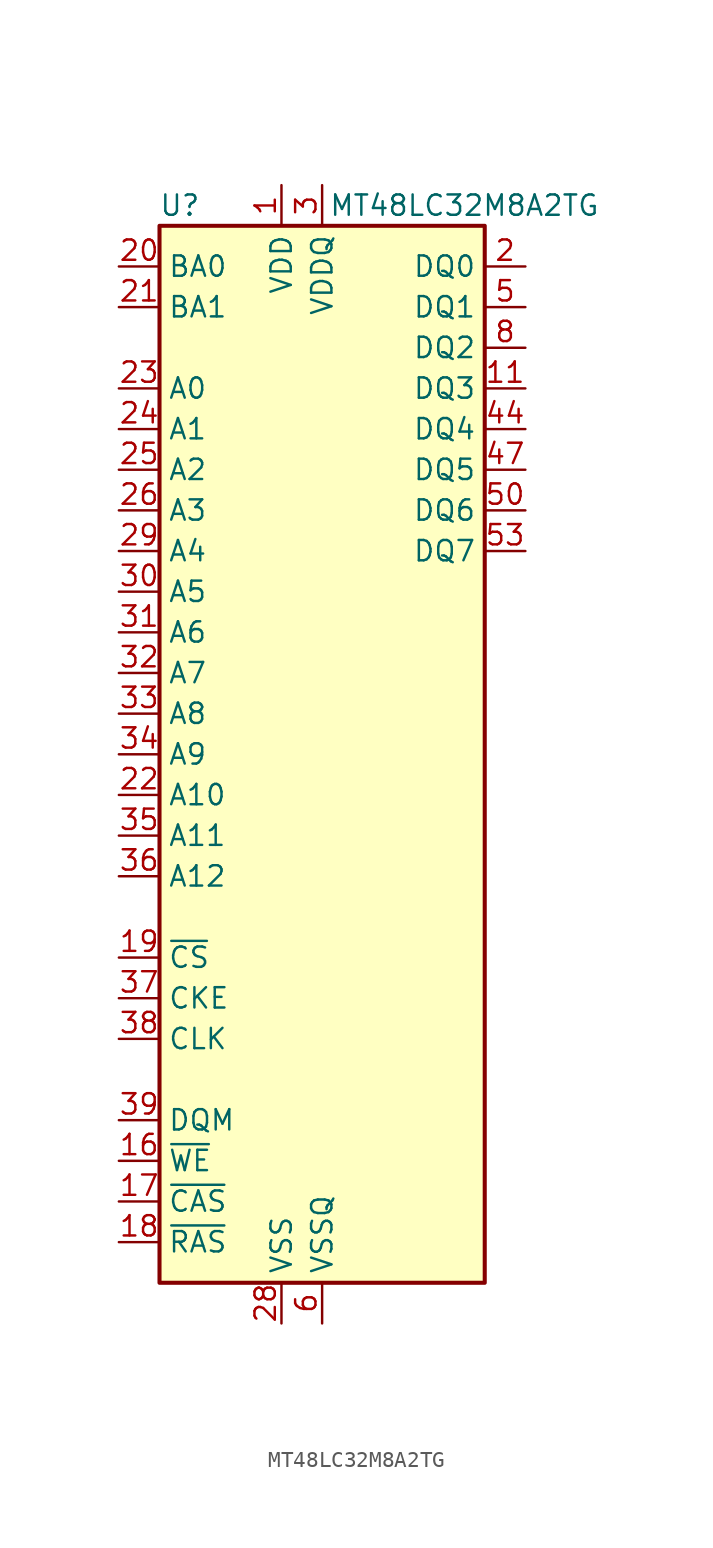
<source format=kicad_sym>
(kicad_symbol_lib
  (version 20200908)
  (generator kicad_symbol_editor)
  (symbol "Memory_RAM:MT48LC32M8A2TG"
    (property "Reference" "U"
      (at -8.89 34.29 0)
      (effects (font (size 1.27 1.27))))
    (property "Value" "MT48LC32M8A2TG"
      (at 8.89 34.29 0)
      (effects (font (size 1.27 1.27))))
    (symbol "MT48LC32M8A2TG_0_1"
      (rectangle (start -10.16 33.02) (end 10.16 -33.02) (stroke (width 0.254)) (fill (type background))))
    (symbol "MT48LC32M8A2TG_1_1"
      (pin power_in line (at -2.54 35.56 270) (length 2.54) (name "VDD" (effects (font (size 1.27 1.27)))) (number "1" (effects (font (size 1.27 1.27)))))
      (pin unconnected line (at 10.16 2.54 180) (length 2.54) hide (name "NC" (effects (font (size 1.27 1.27)))) (number "10" (effects (font (size 1.27 1.27)))))
      (pin bidirectional line (at 12.7 22.86 180) (length 2.54) (name "DQ3" (effects (font (size 1.27 1.27)))) (number "11" (effects (font (size 1.27 1.27)))))
      (pin passive line (at 0 -35.56 90) (length 2.54) hide (name "VSSQ" (effects (font (size 1.27 1.27)))) (number "12" (effects (font (size 1.27 1.27)))))
      (pin unconnected line (at 10.16 7.62 180) (length 2.54) hide (name "NC" (effects (font (size 1.27 1.27)))) (number "13" (effects (font (size 1.27 1.27)))))
      (pin passive line (at -2.54 35.56 270) (length 2.54) hide (name "VDD" (effects (font (size 1.27 1.27)))) (number "14" (effects (font (size 1.27 1.27)))))
      (pin unconnected line (at -10.16 -20.32 0) (length 2.54) hide (name "NC" (effects (font (size 1.27 1.27)))) (number "15" (effects (font (size 1.27 1.27)))))
      (pin input line (at -12.7 -25.4 0) (length 2.54) (name "~WE~" (effects (font (size 1.27 1.27)))) (number "16" (effects (font (size 1.27 1.27)))))
      (pin input line (at -12.7 -27.94 0) (length 2.54) (name "~CAS~" (effects (font (size 1.27 1.27)))) (number "17" (effects (font (size 1.27 1.27)))))
      (pin input line (at -12.7 -30.48 0) (length 2.54) (name "~RAS~" (effects (font (size 1.27 1.27)))) (number "18" (effects (font (size 1.27 1.27)))))
      (pin input line (at -12.7 -12.7 0) (length 2.54) (name "~CS~" (effects (font (size 1.27 1.27)))) (number "19" (effects (font (size 1.27 1.27)))))
      (pin bidirectional line (at 12.7 30.48 180) (length 2.54) (name "DQ0" (effects (font (size 1.27 1.27)))) (number "2" (effects (font (size 1.27 1.27)))))
      (pin input line (at -12.7 30.48 0) (length 2.54) (name "BA0" (effects (font (size 1.27 1.27)))) (number "20" (effects (font (size 1.27 1.27)))))
      (pin input line (at -12.7 27.94 0) (length 2.54) (name "BA1" (effects (font (size 1.27 1.27)))) (number "21" (effects (font (size 1.27 1.27)))))
      (pin input line (at -12.7 -2.54 0) (length 2.54) (name "A10" (effects (font (size 1.27 1.27)))) (number "22" (effects (font (size 1.27 1.27)))))
      (pin input line (at -12.7 22.86 0) (length 2.54) (name "A0" (effects (font (size 1.27 1.27)))) (number "23" (effects (font (size 1.27 1.27)))))
      (pin input line (at -12.7 20.32 0) (length 2.54) (name "A1" (effects (font (size 1.27 1.27)))) (number "24" (effects (font (size 1.27 1.27)))))
      (pin input line (at -12.7 17.78 0) (length 2.54) (name "A2" (effects (font (size 1.27 1.27)))) (number "25" (effects (font (size 1.27 1.27)))))
      (pin input line (at -12.7 15.24 0) (length 2.54) (name "A3" (effects (font (size 1.27 1.27)))) (number "26" (effects (font (size 1.27 1.27)))))
      (pin passive line (at -2.54 35.56 270) (length 2.54) hide (name "VDD" (effects (font (size 1.27 1.27)))) (number "27" (effects (font (size 1.27 1.27)))))
      (pin power_in line (at -2.54 -35.56 90) (length 2.54) (name "VSS" (effects (font (size 1.27 1.27)))) (number "28" (effects (font (size 1.27 1.27)))))
      (pin input line (at -12.7 12.7 0) (length 2.54) (name "A4" (effects (font (size 1.27 1.27)))) (number "29" (effects (font (size 1.27 1.27)))))
      (pin power_in line (at 0 35.56 270) (length 2.54) (name "VDDQ" (effects (font (size 1.27 1.27)))) (number "3" (effects (font (size 1.27 1.27)))))
      (pin input line (at -12.7 10.16 0) (length 2.54) (name "A5" (effects (font (size 1.27 1.27)))) (number "30" (effects (font (size 1.27 1.27)))))
      (pin input line (at -12.7 7.62 0) (length 2.54) (name "A6" (effects (font (size 1.27 1.27)))) (number "31" (effects (font (size 1.27 1.27)))))
      (pin input line (at -12.7 5.08 0) (length 2.54) (name "A7" (effects (font (size 1.27 1.27)))) (number "32" (effects (font (size 1.27 1.27)))))
      (pin input line (at -12.7 2.54 0) (length 2.54) (name "A8" (effects (font (size 1.27 1.27)))) (number "33" (effects (font (size 1.27 1.27)))))
      (pin input line (at -12.7 0 0) (length 2.54) (name "A9" (effects (font (size 1.27 1.27)))) (number "34" (effects (font (size 1.27 1.27)))))
      (pin input line (at -12.7 -5.08 0) (length 2.54) (name "A11" (effects (font (size 1.27 1.27)))) (number "35" (effects (font (size 1.27 1.27)))))
      (pin input line (at -12.7 -7.62 0) (length 2.54) (name "A12" (effects (font (size 1.27 1.27)))) (number "36" (effects (font (size 1.27 1.27)))))
      (pin input line (at -12.7 -15.24 0) (length 2.54) (name "CKE" (effects (font (size 1.27 1.27)))) (number "37" (effects (font (size 1.27 1.27)))))
      (pin input line (at -12.7 -17.78 0) (length 2.54) (name "CLK" (effects (font (size 1.27 1.27)))) (number "38" (effects (font (size 1.27 1.27)))))
      (pin input line (at -12.7 -22.86 0) (length 2.54) (name "DQM" (effects (font (size 1.27 1.27)))) (number "39" (effects (font (size 1.27 1.27)))))
      (pin unconnected line (at 10.16 -7.62 180) (length 2.54) hide (name "NC" (effects (font (size 1.27 1.27)))) (number "4" (effects (font (size 1.27 1.27)))))
      (pin unconnected line (at 10.16 -20.32 180) (length 2.54) hide (name "NC" (effects (font (size 1.27 1.27)))) (number "40" (effects (font (size 1.27 1.27)))))
      (pin passive line (at -2.54 -35.56 90) (length 2.54) hide (name "VSS" (effects (font (size 1.27 1.27)))) (number "41" (effects (font (size 1.27 1.27)))))
      (pin unconnected line (at 10.16 10.16 180) (length 2.54) hide (name "NC" (effects (font (size 1.27 1.27)))) (number "42" (effects (font (size 1.27 1.27)))))
      (pin passive line (at 0 35.56 270) (length 2.54) hide (name "VDDQ" (effects (font (size 1.27 1.27)))) (number "43" (effects (font (size 1.27 1.27)))))
      (pin bidirectional line (at 12.7 20.32 180) (length 2.54) (name "DQ4" (effects (font (size 1.27 1.27)))) (number "44" (effects (font (size 1.27 1.27)))))
      (pin unconnected line (at 10.16 5.08 180) (length 2.54) hide (name "NC" (effects (font (size 1.27 1.27)))) (number "45" (effects (font (size 1.27 1.27)))))
      (pin passive line (at 0 -35.56 90) (length 2.54) hide (name "VSSQ" (effects (font (size 1.27 1.27)))) (number "46" (effects (font (size 1.27 1.27)))))
      (pin bidirectional line (at 12.7 17.78 180) (length 2.54) (name "DQ5" (effects (font (size 1.27 1.27)))) (number "47" (effects (font (size 1.27 1.27)))))
      (pin unconnected line (at 10.16 0 180) (length 2.54) hide (name "NC" (effects (font (size 1.27 1.27)))) (number "48" (effects (font (size 1.27 1.27)))))
      (pin passive line (at 0 35.56 270) (length 2.54) hide (name "VDDQ" (effects (font (size 1.27 1.27)))) (number "49" (effects (font (size 1.27 1.27)))))
      (pin bidirectional line (at 12.7 27.94 180) (length 2.54) (name "DQ1" (effects (font (size 1.27 1.27)))) (number "5" (effects (font (size 1.27 1.27)))))
      (pin bidirectional line (at 12.7 15.24 180) (length 2.54) (name "DQ6" (effects (font (size 1.27 1.27)))) (number "50" (effects (font (size 1.27 1.27)))))
      (pin unconnected line (at 10.16 -5.08 180) (length 2.54) hide (name "NC" (effects (font (size 1.27 1.27)))) (number "51" (effects (font (size 1.27 1.27)))))
      (pin passive line (at 0 -35.56 90) (length 2.54) hide (name "VSSQ" (effects (font (size 1.27 1.27)))) (number "52" (effects (font (size 1.27 1.27)))))
      (pin bidirectional line (at 12.7 12.7 180) (length 2.54) (name "DQ7" (effects (font (size 1.27 1.27)))) (number "53" (effects (font (size 1.27 1.27)))))
      (pin passive line (at -2.54 -35.56 90) (length 2.54) hide (name "VSS" (effects (font (size 1.27 1.27)))) (number "54" (effects (font (size 1.27 1.27)))))
      (pin power_in line (at 0 -35.56 90) (length 2.54) (name "VSSQ" (effects (font (size 1.27 1.27)))) (number "6" (effects (font (size 1.27 1.27)))))
      (pin unconnected line (at 10.16 -2.54 180) (length 2.54) hide (name "NC" (effects (font (size 1.27 1.27)))) (number "7" (effects (font (size 1.27 1.27)))))
      (pin bidirectional line (at 12.7 25.4 180) (length 2.54) (name "DQ2" (effects (font (size 1.27 1.27)))) (number "8" (effects (font (size 1.27 1.27)))))
      (pin passive line (at 0 35.56 270) (length 2.54) hide (name "VDDQ" (effects (font (size 1.27 1.27)))) (number "9" (effects (font (size 1.27 1.27))))))))
</source>
